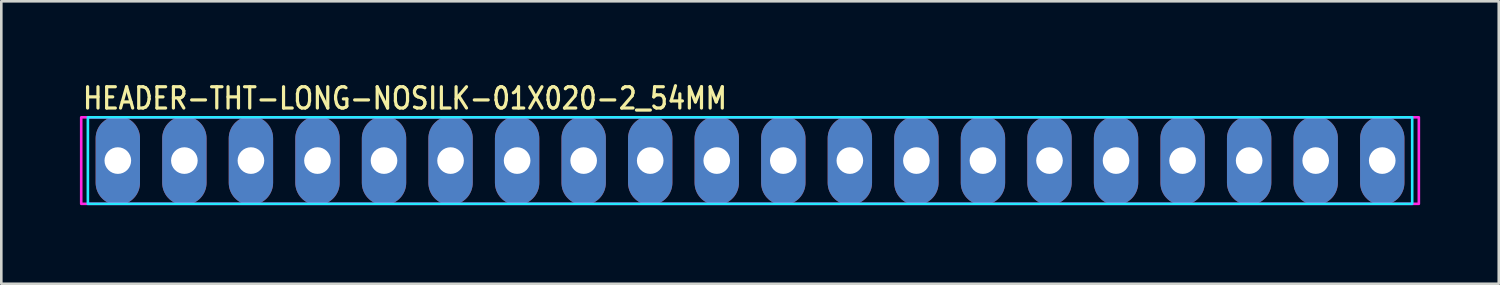
<source format=kicad_pcb>
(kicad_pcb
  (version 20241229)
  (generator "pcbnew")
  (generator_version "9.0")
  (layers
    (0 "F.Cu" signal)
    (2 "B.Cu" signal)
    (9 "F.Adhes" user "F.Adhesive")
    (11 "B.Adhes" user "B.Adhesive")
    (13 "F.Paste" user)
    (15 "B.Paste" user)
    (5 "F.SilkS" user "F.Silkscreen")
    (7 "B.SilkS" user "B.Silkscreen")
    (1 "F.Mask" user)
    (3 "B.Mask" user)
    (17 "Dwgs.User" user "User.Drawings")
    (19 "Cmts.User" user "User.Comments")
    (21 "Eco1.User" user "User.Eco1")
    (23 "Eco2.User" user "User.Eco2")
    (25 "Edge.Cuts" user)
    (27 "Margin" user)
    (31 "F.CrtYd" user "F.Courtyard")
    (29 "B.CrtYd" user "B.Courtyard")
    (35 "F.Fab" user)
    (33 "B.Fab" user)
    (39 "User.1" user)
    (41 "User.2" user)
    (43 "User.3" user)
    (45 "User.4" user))
  (footprint "HEADER-THT-LONG-NOSILK-01X020-2_54MM"
    (layer "F.Cu")
    (at 1.447 3.079)
    (property "Reference" "HEADER-THT-LONG-NOSILK-01X020-2_54MM" (at -1.4 -1.9 0) (unlocked yes) (layer "F.SilkS") (effects (font (size 0.813 0.695) (thickness 0.122)) (justify left bottom)))
    (fp_poly (pts (xy -1.143 -1.651) (xy 49.403 -1.651) (xy 49.403 1.651) (xy -1.143 1.651)) (stroke (width 0.1) (type solid)) (fill no) (layer "B.CrtYd"))
    (fp_poly (pts (xy -1.397 -1.651) (xy 49.657 -1.651) (xy 49.657 1.651) (xy -1.397 1.651)) (stroke (width 0.1) (type solid)) (fill no) (layer "F.CrtYd"))
    (pad "1" thru_hole oval (at 0 0 90) (size 3.387 1.693) (drill 1.016) (layers "*.Cu" "*.Mask"))
    (pad "2" thru_hole oval (at 2.54 0 90) (size 3.387 1.693) (drill 1.016) (layers "*.Cu" "*.Mask"))
    (pad "3" thru_hole oval (at 5.08 0 90) (size 3.387 1.693) (drill 1.016) (layers "*.Cu" "*.Mask"))
    (pad "4" thru_hole oval (at 7.62 0 90) (size 3.387 1.693) (drill 1.016) (layers "*.Cu" "*.Mask"))
    (pad "5" thru_hole oval (at 10.16 0 90) (size 3.387 1.693) (drill 1.016) (layers "*.Cu" "*.Mask"))
    (pad "6" thru_hole oval (at 12.7 0 90) (size 3.387 1.693) (drill 1.016) (layers "*.Cu" "*.Mask"))
    (pad "7" thru_hole oval (at 15.24 0 90) (size 3.387 1.693) (drill 1.016) (layers "*.Cu" "*.Mask"))
    (pad "8" thru_hole oval (at 17.78 0 90) (size 3.387 1.693) (drill 1.016) (layers "*.Cu" "*.Mask"))
    (pad "9" thru_hole oval (at 20.32 0 90) (size 3.387 1.693) (drill 1.016) (layers "*.Cu" "*.Mask"))
    (pad "10" thru_hole oval (at 22.86 0 90) (size 3.387 1.693) (drill 1.016) (layers "*.Cu" "*.Mask"))
    (pad "11" thru_hole oval (at 25.4 0 90) (size 3.387 1.693) (drill 1.016) (layers "*.Cu" "*.Mask"))
    (pad "12" thru_hole oval (at 27.94 0 90) (size 3.387 1.693) (drill 1.016) (layers "*.Cu" "*.Mask"))
    (pad "13" thru_hole oval (at 30.48 0 90) (size 3.387 1.693) (drill 1.016) (layers "*.Cu" "*.Mask"))
    (pad "14" thru_hole oval (at 33.02 0 90) (size 3.387 1.693) (drill 1.016) (layers "*.Cu" "*.Mask"))
    (pad "15" thru_hole oval (at 35.56 0 90) (size 3.387 1.693) (drill 1.016) (layers "*.Cu" "*.Mask"))
    (pad "16" thru_hole oval (at 38.1 0 90) (size 3.387 1.693) (drill 1.016) (layers "*.Cu" "*.Mask"))
    (pad "17" thru_hole oval (at 40.64 0 90) (size 3.387 1.693) (drill 1.016) (layers "*.Cu" "*.Mask"))
    (pad "18" thru_hole oval (at 43.18 0 90) (size 3.387 1.693) (drill 1.016) (layers "*.Cu" "*.Mask"))
    (pad "19" thru_hole oval (at 45.72 0 90) (size 3.387 1.693) (drill 1.016) (layers "*.Cu" "*.Mask"))
    (pad "20" thru_hole oval (at 48.26 0 90) (size 3.387 1.693) (drill 1.016) (layers "*.Cu" "*.Mask")))
  (gr_rect
    (start -3 -3)
    (end 54.154 7.78)
    (stroke (width 0.1) (type default))
    (fill no)
    (layer "Edge.Cuts")))
</source>
